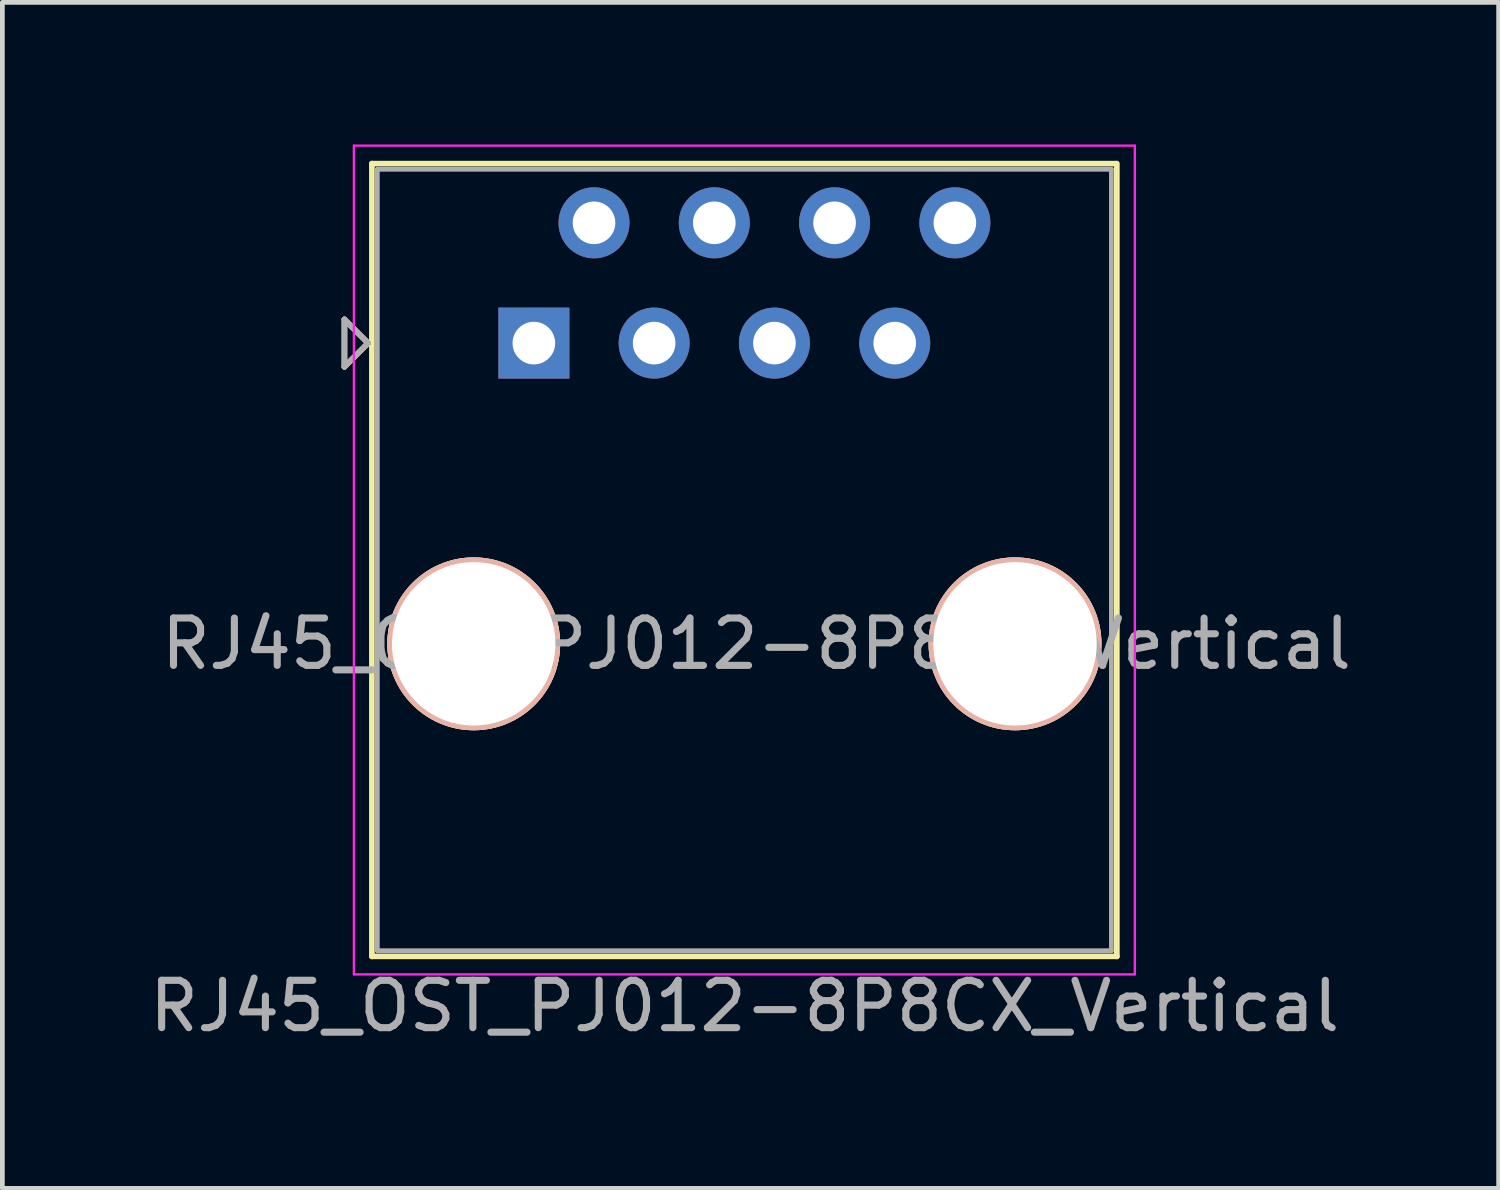
<source format=kicad_pcb>
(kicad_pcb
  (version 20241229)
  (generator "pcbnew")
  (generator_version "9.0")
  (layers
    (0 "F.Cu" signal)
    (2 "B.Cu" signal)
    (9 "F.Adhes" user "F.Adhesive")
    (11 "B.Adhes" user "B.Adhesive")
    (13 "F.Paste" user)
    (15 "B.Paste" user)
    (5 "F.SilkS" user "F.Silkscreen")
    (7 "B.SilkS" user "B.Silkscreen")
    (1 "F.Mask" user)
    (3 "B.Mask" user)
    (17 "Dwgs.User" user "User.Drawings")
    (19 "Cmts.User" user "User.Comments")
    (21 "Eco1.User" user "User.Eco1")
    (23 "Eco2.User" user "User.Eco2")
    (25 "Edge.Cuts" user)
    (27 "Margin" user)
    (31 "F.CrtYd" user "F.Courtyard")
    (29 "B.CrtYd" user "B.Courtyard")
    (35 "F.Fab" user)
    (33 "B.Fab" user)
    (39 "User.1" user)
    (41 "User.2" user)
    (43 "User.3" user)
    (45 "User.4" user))
  (footprint "RJ45_OST_PJ012-8P8CX_Vertical"
    (layer "F.Cu")
    (at 8.223 4.195)
    (property "Reference" "RJ45_OST_PJ012-8P8CX_Vertical" (at 4.45 14 0) (layer "F.Fab") (effects (font (size 1 1) (thickness 0.15))))
    (attr through_hole)
    (fp_line (start -4 -0.5) (end -4 0.5) (stroke (width 0.12) (type solid)) (layer "F.SilkS"))
    (fp_line (start -4 0.5) (end -3.5 0) (stroke (width 0.12) (type solid)) (layer "F.SilkS"))
    (fp_line (start -3.5 0) (end -4 -0.5) (stroke (width 0.12) (type solid)) (layer "F.SilkS"))
    (fp_line (start -3.42 -3.79) (end -3.42 12.95) (stroke (width 0.12) (type solid)) (layer "F.SilkS"))
    (fp_line (start 12.3 -3.79) (end -3.42 -3.79) (stroke (width 0.12) (type solid)) (layer "F.SilkS"))
    (fp_line (start 12.31 -3.79) (end 12.31 12.95) (stroke (width 0.12) (type solid)) (layer "F.SilkS"))
    (fp_line (start 12.31 12.95) (end -3.42 12.95) (stroke (width 0.12) (type solid)) (layer "F.SilkS"))
    (fp_line (start -3.8 -4.17) (end -3.8 13.33) (stroke (width 0.05) (type solid)) (layer "F.CrtYd"))
    (fp_line (start -3.8 -4.17) (end 12.69 -4.17) (stroke (width 0.05) (type solid)) (layer "F.CrtYd"))
    (fp_line (start -3.8 13.33) (end 12.69 13.33) (stroke (width 0.05) (type solid)) (layer "F.CrtYd"))
    (fp_line (start 12.69 -4.17) (end 12.69 13.33) (stroke (width 0.05) (type solid)) (layer "F.CrtYd"))
    (fp_line (start -4 -0.5) (end -4 0.5) (stroke (width 0.12) (type solid)) (layer "F.Fab"))
    (fp_line (start -4 0.5) (end -3.5 0) (stroke (width 0.12) (type solid)) (layer "F.Fab"))
    (fp_line (start -3.5 0) (end -4 -0.5) (stroke (width 0.12) (type solid)) (layer "F.Fab"))
    (fp_line (start -3.305 -3.67) (end -3.305 12.83) (stroke (width 0.1) (type solid)) (layer "F.Fab"))
    (fp_line (start 12.195 -3.67) (end -3.305 -3.67) (stroke (width 0.1) (type solid)) (layer "F.Fab"))
    (fp_line (start 12.195 -3.67) (end 12.195 12.83) (stroke (width 0.1) (type solid)) (layer "F.Fab"))
    (fp_line (start 12.195 12.83) (end -3.305 12.83) (stroke (width 0.1) (type solid)) (layer "F.Fab"))
    (fp_text user "${REFERENCE}" (at 4.7 6.35 0) (layer "F.Fab") (effects (font (size 1 1) (thickness 0.15))))
    (pad "" np_thru_hole circle (at -1.27 6.35) (size 3.65 3.65) (drill 3.45) (layers "*.Cu" "*.SilkS" "*.Mask"))
    (pad "" np_thru_hole circle (at 10.16 6.35) (size 3.65 3.65) (drill 3.45) (layers "*.Cu" "*.SilkS" "*.Mask"))
    (pad "1" thru_hole rect (at 0 0) (size 1.5 1.5) (drill 0.9) (layers "*.Cu" "*.Mask"))
    (pad "2" thru_hole circle (at 1.27 -2.54) (size 1.5 1.5) (drill 0.9) (layers "*.Cu" "*.Mask"))
    (pad "3" thru_hole circle (at 2.54 0) (size 1.5 1.5) (drill 0.9) (layers "*.Cu" "*.Mask"))
    (pad "4" thru_hole circle (at 3.81 -2.54) (size 1.5 1.5) (drill 0.9) (layers "*.Cu" "*.Mask"))
    (pad "5" thru_hole circle (at 5.08 0) (size 1.5 1.5) (drill 0.9) (layers "*.Cu" "*.Mask"))
    (pad "6" thru_hole circle (at 6.35 -2.54) (size 1.5 1.5) (drill 0.9) (layers "*.Cu" "*.Mask"))
    (pad "7" thru_hole circle (at 7.62 0) (size 1.5 1.5) (drill 0.9) (layers "*.Cu" "*.Mask"))
    (pad "8" thru_hole circle (at 8.89 -2.54) (size 1.5 1.5) (drill 0.9) (layers "*.Cu" "*.Mask")))
  (gr_rect
    (start -3 -3)
    (end 28.595 22.043)
    (stroke (width 0.1) (type default))
    (fill no)
    (layer "Edge.Cuts")))
</source>
